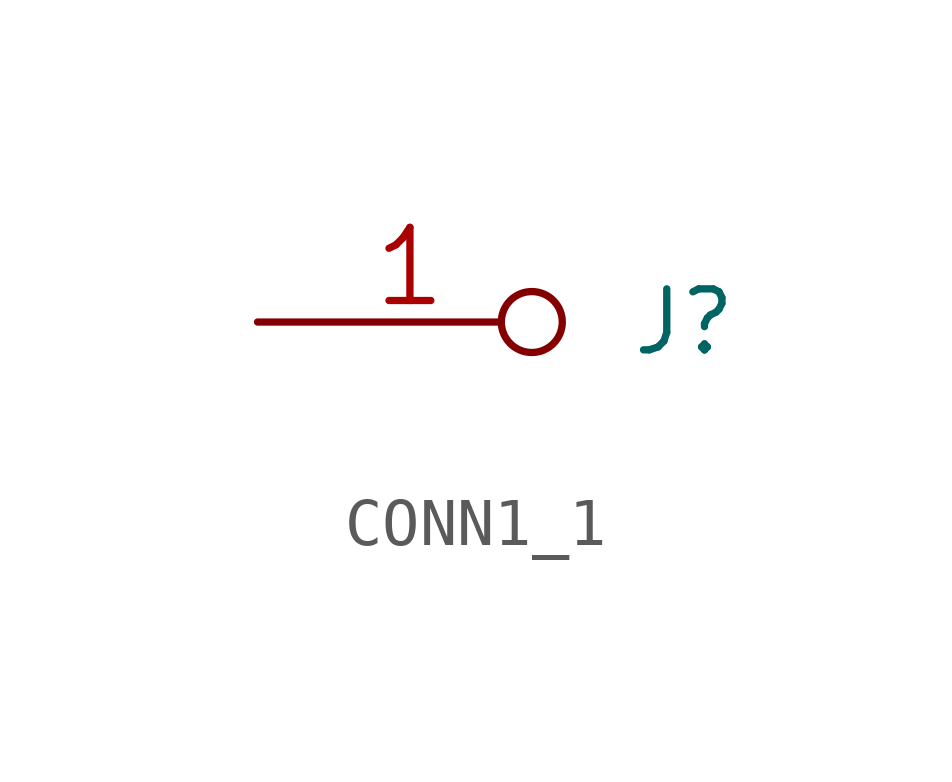
<source format=kicad_sym>
(kicad_symbol_lib
  (version 20211014)
  (generator kicad_symbol_editor)
  (symbol "CONN1_1"
    (pin_names
      (offset 1.016) hide)
    (property "Reference" "J"
      (at 1.27 1.27 0)
      (effects (font (size 1.27 1.27))))
    (property "Footprint" ""
      (at 1.27 -1.27 0)
      (effects (font (size 1.524 1.524))))
    (property "Datasheet" ""
      (at 1.27 -1.27 0)
      (effects (font (size 1.524 1.524))))
    (symbol "CONN1_1_1_1"
      (pin passive inverted (at -7.62 1.27 0) (length 6.35) (name "P1" (effects (font (size 1.524 1.524)))) (number "1" (effects (font (size 1.524 1.524))))))))
</source>
